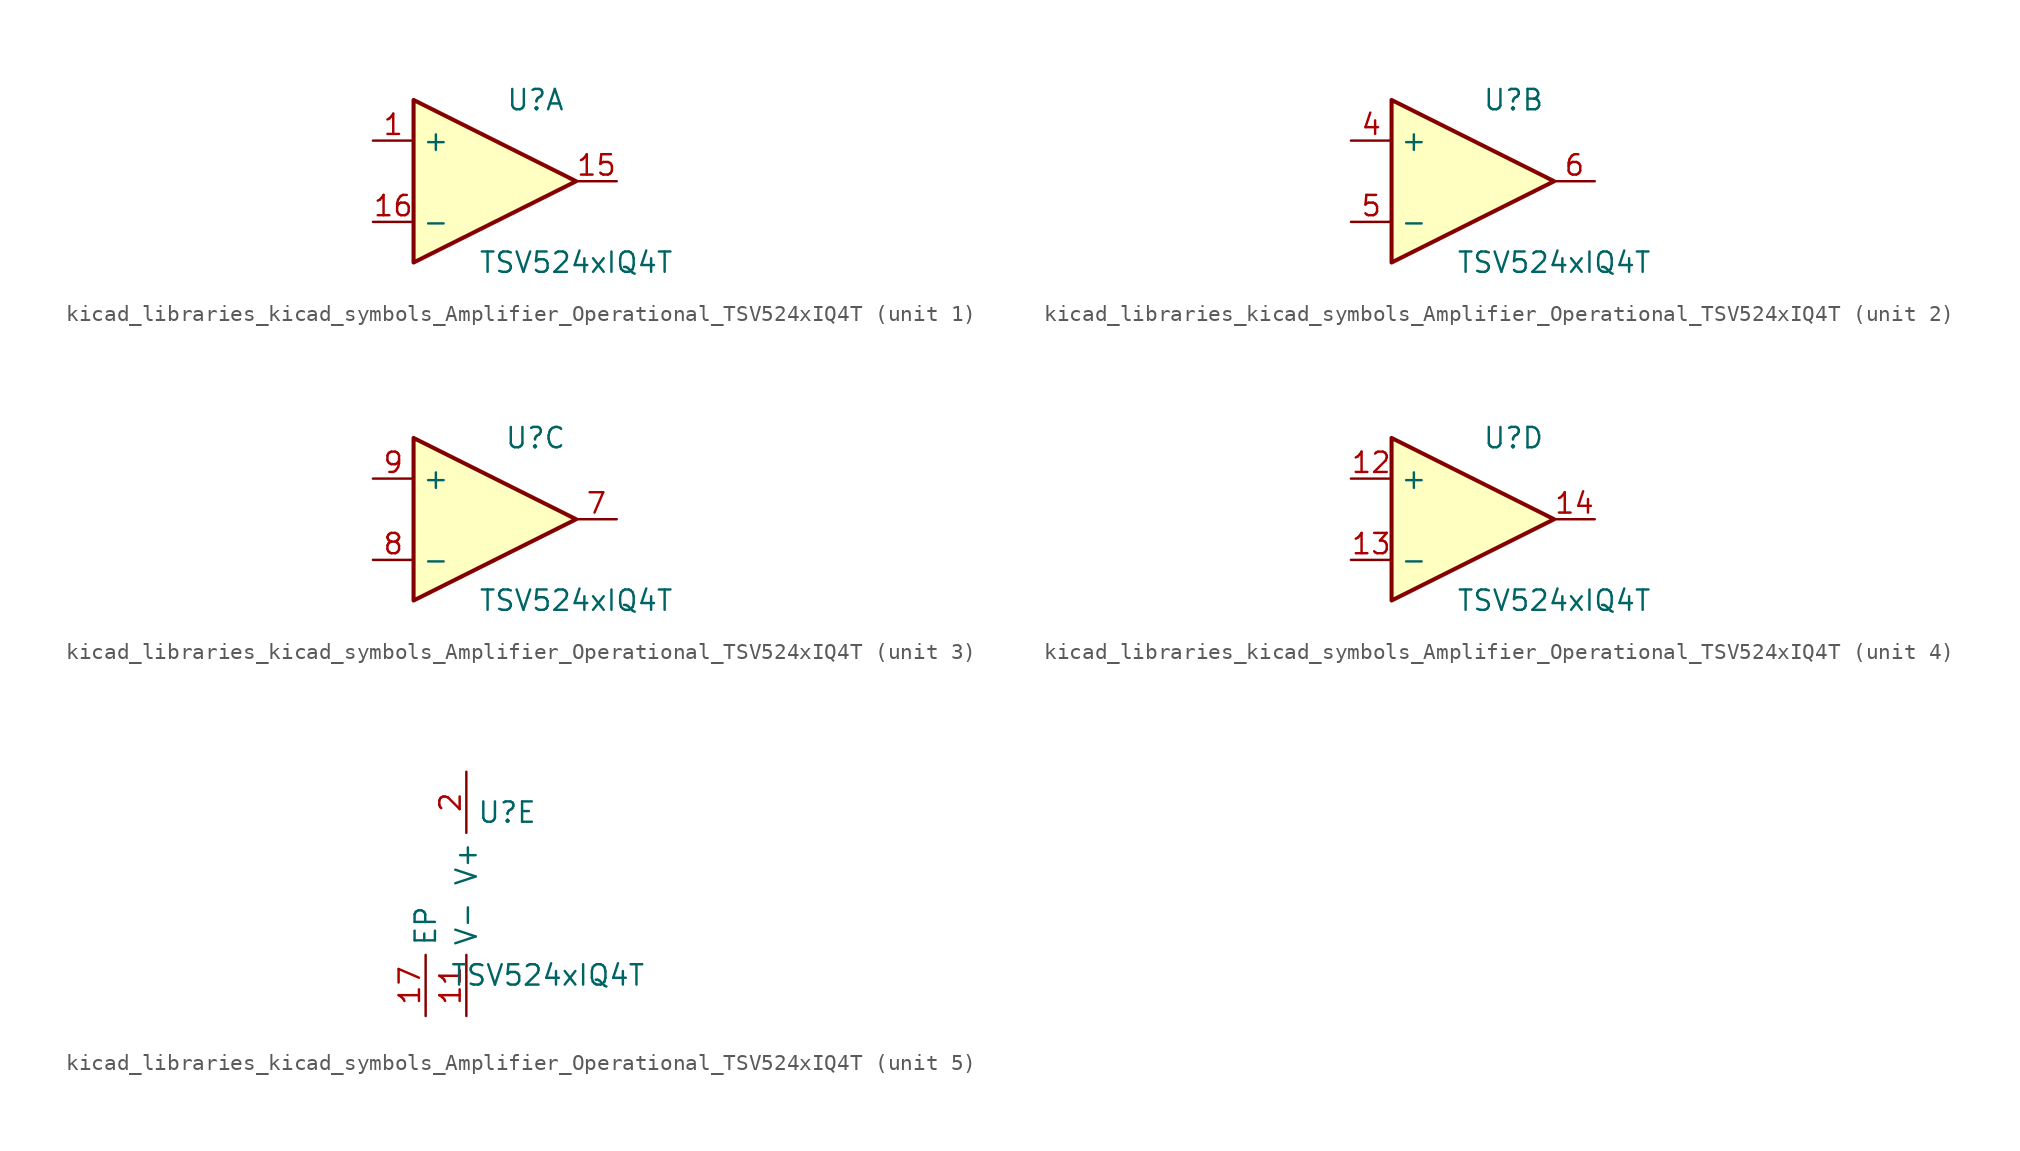
<source format=kicad_sym>
(kicad_symbol_lib
  (version 20220914)
  (generator kicad_symbol_editor)
  (symbol "kicad_libraries_kicad_symbols_Amplifier_Operational_TSV524xIQ4T"
    (property "Reference" "U"
      (at 2.54 5.08 0)
      (effects (font (size 1.27 1.27))))
    (property "Value" "TSV524xIQ4T"
      (at 5.08 -5.08 0)
      (effects (font (size 1.27 1.27))))
    (property "ki_locked" ""
      (at 0 0 0)
      (effects (font (size 1.27 1.27))))
    (symbol "kicad_libraries_kicad_symbols_Amplifier_Operational_TSV524xIQ4T_1_1"
      (polyline (pts (xy -5.08 5.08) (xy 5.08 0) (xy -5.08 -5.08) (xy -5.08 5.08)) (stroke (width 0.254) (type default)) (fill (type background)))
      (pin input line (at -7.62 2.54 0) (length 2.54) (name "+" (effects (font (size 1.27 1.27)))) (number "1" (effects (font (size 1.27 1.27)))))
      (pin output line (at 7.62 0 180) (length 2.54) (name "~" (effects (font (size 1.27 1.27)))) (number "15" (effects (font (size 1.27 1.27)))))
      (pin input line (at -7.62 -2.54 0) (length 2.54) (name "-" (effects (font (size 1.27 1.27)))) (number "16" (effects (font (size 1.27 1.27))))))
    (symbol "kicad_libraries_kicad_symbols_Amplifier_Operational_TSV524xIQ4T_2_1"
      (polyline (pts (xy -5.08 5.08) (xy 5.08 0) (xy -5.08 -5.08) (xy -5.08 5.08)) (stroke (width 0.254) (type default)) (fill (type background)))
      (pin input line (at -7.62 2.54 0) (length 2.54) (name "+" (effects (font (size 1.27 1.27)))) (number "4" (effects (font (size 1.27 1.27)))))
      (pin input line (at -7.62 -2.54 0) (length 2.54) (name "-" (effects (font (size 1.27 1.27)))) (number "5" (effects (font (size 1.27 1.27)))))
      (pin output line (at 7.62 0 180) (length 2.54) (name "~" (effects (font (size 1.27 1.27)))) (number "6" (effects (font (size 1.27 1.27))))))
    (symbol "kicad_libraries_kicad_symbols_Amplifier_Operational_TSV524xIQ4T_3_1"
      (polyline (pts (xy -5.08 5.08) (xy 5.08 0) (xy -5.08 -5.08) (xy -5.08 5.08)) (stroke (width 0.254) (type default)) (fill (type background)))
      (pin output line (at 7.62 0 180) (length 2.54) (name "~" (effects (font (size 1.27 1.27)))) (number "7" (effects (font (size 1.27 1.27)))))
      (pin input line (at -7.62 -2.54 0) (length 2.54) (name "-" (effects (font (size 1.27 1.27)))) (number "8" (effects (font (size 1.27 1.27)))))
      (pin input line (at -7.62 2.54 0) (length 2.54) (name "+" (effects (font (size 1.27 1.27)))) (number "9" (effects (font (size 1.27 1.27))))))
    (symbol "kicad_libraries_kicad_symbols_Amplifier_Operational_TSV524xIQ4T_4_1"
      (polyline (pts (xy -5.08 5.08) (xy 5.08 0) (xy -5.08 -5.08) (xy -5.08 5.08)) (stroke (width 0.254) (type default)) (fill (type background)))
      (pin input line (at -7.62 2.54 0) (length 2.54) (name "+" (effects (font (size 1.27 1.27)))) (number "12" (effects (font (size 1.27 1.27)))))
      (pin input line (at -7.62 -2.54 0) (length 2.54) (name "-" (effects (font (size 1.27 1.27)))) (number "13" (effects (font (size 1.27 1.27)))))
      (pin output line (at 7.62 0 180) (length 2.54) (name "~" (effects (font (size 1.27 1.27)))) (number "14" (effects (font (size 1.27 1.27))))))
    (symbol "kicad_libraries_kicad_symbols_Amplifier_Operational_TSV524xIQ4T_5_1"
      (pin no_connect line (at -2.54 0 0) (length 3.81) hide (name "NC" (effects (font (size 1.27 1.27)))) (number "10" (effects (font (size 1.27 1.27)))))
      (pin power_in line (at 0 -7.62 90) (length 3.81) (name "V-" (effects (font (size 1.27 1.27)))) (number "11" (effects (font (size 1.27 1.27)))))
      (pin passive line (at -2.54 -7.62 90) (length 3.81) (name "EP" (effects (font (size 1.27 1.27)))) (number "17" (effects (font (size 1.27 1.27)))))
      (pin power_in line (at 0 7.62 270) (length 3.81) (name "V+" (effects (font (size 1.27 1.27)))) (number "2" (effects (font (size 1.27 1.27)))))
      (pin no_connect line (at -2.54 2.54 0) (length 3.81) hide (name "NC" (effects (font (size 1.27 1.27)))) (number "3" (effects (font (size 1.27 1.27))))))))
</source>
